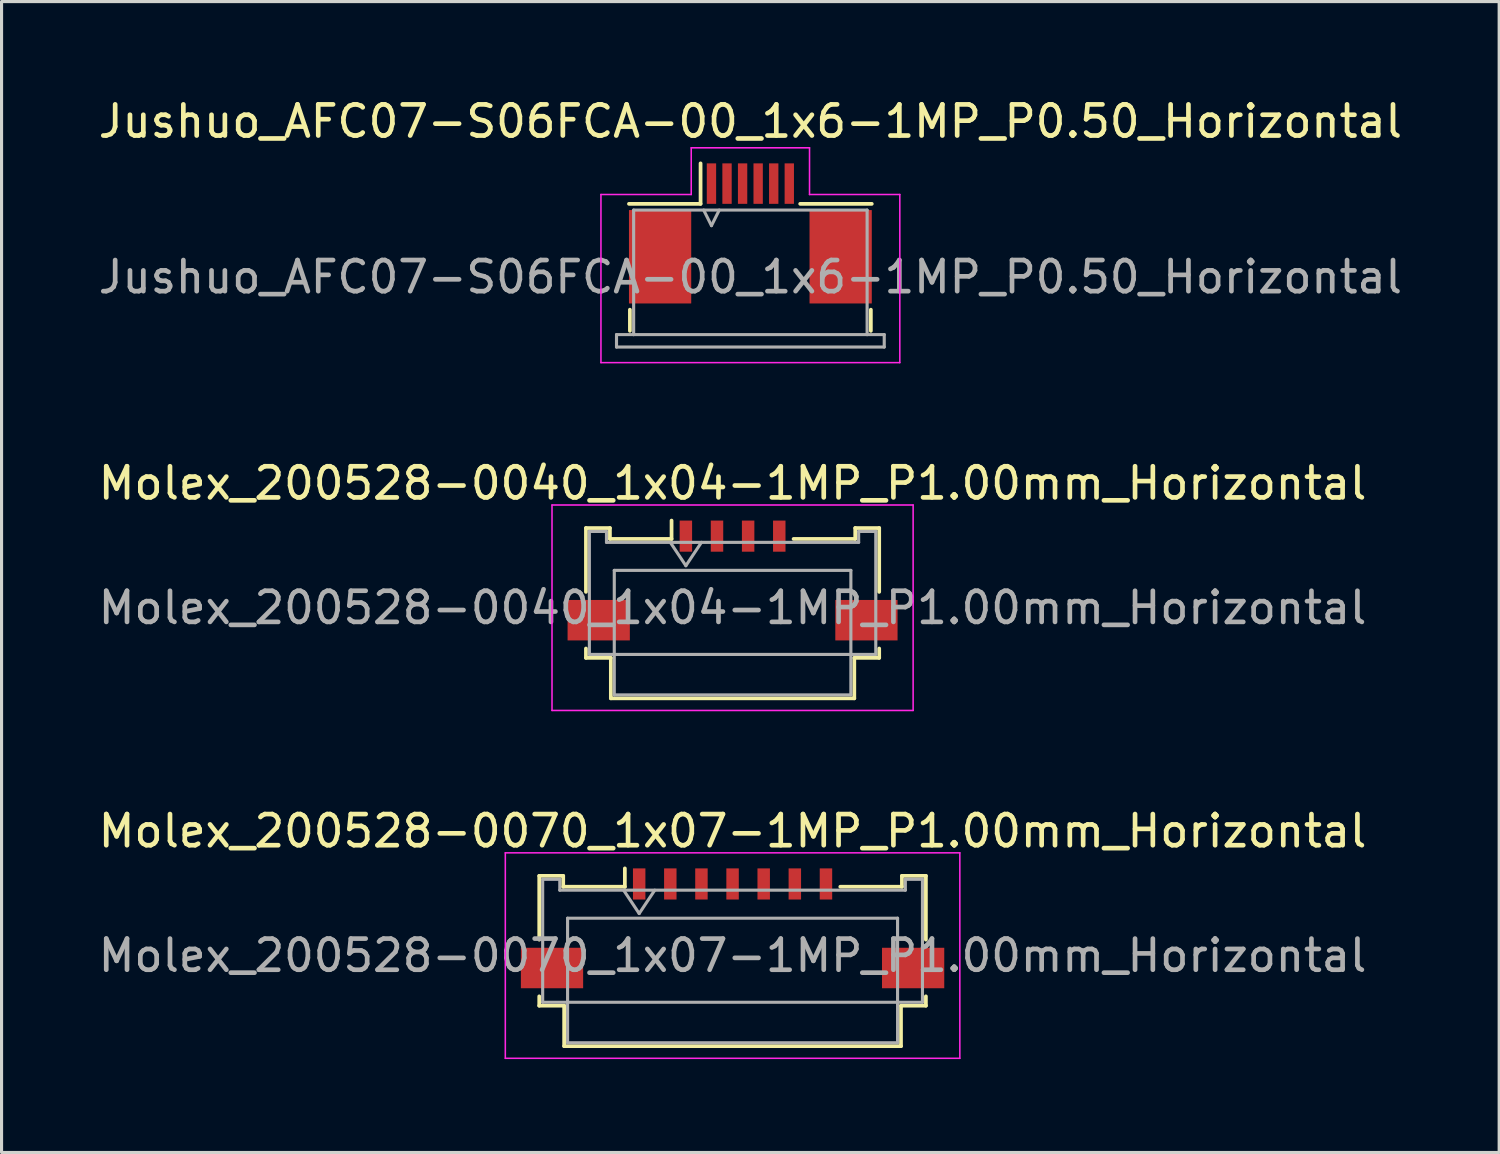
<source format=kicad_pcb>
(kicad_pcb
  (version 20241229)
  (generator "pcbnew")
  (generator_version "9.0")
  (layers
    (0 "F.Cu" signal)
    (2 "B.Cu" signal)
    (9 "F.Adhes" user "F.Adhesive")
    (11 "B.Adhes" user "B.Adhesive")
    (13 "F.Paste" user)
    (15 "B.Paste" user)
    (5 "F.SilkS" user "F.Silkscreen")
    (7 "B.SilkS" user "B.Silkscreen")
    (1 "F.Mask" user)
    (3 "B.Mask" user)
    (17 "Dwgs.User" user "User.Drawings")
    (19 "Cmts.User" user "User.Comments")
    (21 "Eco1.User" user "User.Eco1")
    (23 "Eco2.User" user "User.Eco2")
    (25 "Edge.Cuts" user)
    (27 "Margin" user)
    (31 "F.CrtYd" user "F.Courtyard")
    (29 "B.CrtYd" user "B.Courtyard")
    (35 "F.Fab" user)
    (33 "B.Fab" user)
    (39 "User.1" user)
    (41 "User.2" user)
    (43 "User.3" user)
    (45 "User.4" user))
  (footprint "Molex_200528-0070_1x07-1MP_P1.00mm_Horizontal"
    (layer "F.Cu")
    (at 20.482 26.255)
    (property "Reference" "Molex_200528-0070_1x07-1MP_P1.00mm_Horizontal" (at 0 -2.61 0) (layer "F.SilkS") (effects (font (size 1 1) (thickness 0.15))))
    (attr smd)
    (fp_line (start -6.21 -1.17) (end -6.21 0.88) (stroke (width 0.12) (type solid)) (layer "F.SilkS"))
    (fp_line (start -6.21 2.7) (end -6.21 3) (stroke (width 0.12) (type solid)) (layer "F.SilkS"))
    (fp_line (start -6.21 3) (end -5.41 3) (stroke (width 0.12) (type solid)) (layer "F.SilkS"))
    (fp_line (start -5.44 -1.17) (end -6.21 -1.17) (stroke (width 0.12) (type solid)) (layer "F.SilkS"))
    (fp_line (start -5.44 -0.82) (end -5.44 -1.17) (stroke (width 0.12) (type solid)) (layer "F.SilkS"))
    (fp_line (start -5.41 3) (end -5.41 4.3) (stroke (width 0.12) (type solid)) (layer "F.SilkS"))
    (fp_line (start -5.41 4.3) (end 5.41 4.3) (stroke (width 0.12) (type solid)) (layer "F.SilkS"))
    (fp_line (start -3.46 -1.41) (end -3.46 -0.82) (stroke (width 0.12) (type solid)) (layer "F.SilkS"))
    (fp_line (start -3.46 -0.82) (end -5.44 -0.82) (stroke (width 0.12) (type solid)) (layer "F.SilkS"))
    (fp_line (start 5.41 3) (end 6.21 3) (stroke (width 0.12) (type solid)) (layer "F.SilkS"))
    (fp_line (start 5.41 4.3) (end 5.41 3) (stroke (width 0.12) (type solid)) (layer "F.SilkS"))
    (fp_line (start 5.44 -1.17) (end 5.44 -0.82) (stroke (width 0.12) (type solid)) (layer "F.SilkS"))
    (fp_line (start 5.44 -0.82) (end 3.46 -0.82) (stroke (width 0.12) (type solid)) (layer "F.SilkS"))
    (fp_line (start 6.21 -1.17) (end 5.44 -1.17) (stroke (width 0.12) (type solid)) (layer "F.SilkS"))
    (fp_line (start 6.21 0.88) (end 6.21 -1.17) (stroke (width 0.12) (type solid)) (layer "F.SilkS"))
    (fp_line (start 6.21 3) (end 6.21 2.7) (stroke (width 0.12) (type solid)) (layer "F.SilkS"))
    (fp_line (start -7.3 -1.91) (end -7.3 4.69) (stroke (width 0.05) (type solid)) (layer "F.CrtYd"))
    (fp_line (start -7.3 4.69) (end 7.3 4.69) (stroke (width 0.05) (type solid)) (layer "F.CrtYd"))
    (fp_line (start 7.3 -1.91) (end -7.3 -1.91) (stroke (width 0.05) (type solid)) (layer "F.CrtYd"))
    (fp_line (start 7.3 4.69) (end 7.3 -1.91) (stroke (width 0.05) (type solid)) (layer "F.CrtYd"))
    (fp_line (start -6.1 -1.06) (end -6.1 2.89) (stroke (width 0.1) (type solid)) (layer "F.Fab"))
    (fp_line (start -6.1 2.89) (end 6.1 2.89) (stroke (width 0.1) (type solid)) (layer "F.Fab"))
    (fp_line (start -5.55 -1.06) (end -6.1 -1.06) (stroke (width 0.1) (type solid)) (layer "F.Fab"))
    (fp_line (start -5.55 -0.71) (end -5.55 -1.06) (stroke (width 0.1) (type solid)) (layer "F.Fab"))
    (fp_line (start -5.3 0.19) (end -5.3 4.19) (stroke (width 0.1) (type solid)) (layer "F.Fab"))
    (fp_line (start -5.3 4.19) (end 5.3 4.19) (stroke (width 0.1) (type solid)) (layer "F.Fab"))
    (fp_line (start -3.5 -0.71) (end -3 0.04) (stroke (width 0.1) (type solid)) (layer "F.Fab"))
    (fp_line (start -3 0.04) (end -2.5 -0.71) (stroke (width 0.1) (type solid)) (layer "F.Fab"))
    (fp_line (start 5.3 0.19) (end -5.3 0.19) (stroke (width 0.1) (type solid)) (layer "F.Fab"))
    (fp_line (start 5.3 4.19) (end 5.3 0.19) (stroke (width 0.1) (type solid)) (layer "F.Fab"))
    (fp_line (start 5.55 -1.06) (end 5.55 -0.71) (stroke (width 0.1) (type solid)) (layer "F.Fab"))
    (fp_line (start 5.55 -0.71) (end -5.55 -0.71) (stroke (width 0.1) (type solid)) (layer "F.Fab"))
    (fp_line (start 6.1 -1.06) (end 5.55 -1.06) (stroke (width 0.1) (type solid)) (layer "F.Fab"))
    (fp_line (start 6.1 2.89) (end 6.1 -1.06) (stroke (width 0.1) (type solid)) (layer "F.Fab"))
    (fp_text user "${REFERENCE}" (at 0 1.39 0) (layer "F.Fab") (effects (font (size 1 1) (thickness 0.15))))
    (pad "1" smd rect (at -3 -0.91) (size 0.4 1) (layers "F.Cu" "F.Mask" "F.Paste"))
    (pad "2" smd rect (at -2 -0.91) (size 0.4 1) (layers "F.Cu" "F.Mask" "F.Paste"))
    (pad "3" smd rect (at -1 -0.91) (size 0.4 1) (layers "F.Cu" "F.Mask" "F.Paste"))
    (pad "4" smd rect (at 0 -0.91) (size 0.4 1) (layers "F.Cu" "F.Mask" "F.Paste"))
    (pad "5" smd rect (at 1 -0.91) (size 0.4 1) (layers "F.Cu" "F.Mask" "F.Paste"))
    (pad "6" smd rect (at 2 -0.91) (size 0.4 1) (layers "F.Cu" "F.Mask" "F.Paste"))
    (pad "7" smd rect (at 3 -0.91) (size 0.4 1) (layers "F.Cu" "F.Mask" "F.Paste"))
    (pad "MP" smd rect (at -5.8 1.79) (size 2 1.3) (layers "F.Cu" "F.Mask" "F.Paste"))
    (pad "MP" smd rect (at 5.8 1.79) (size 2 1.3) (layers "F.Cu" "F.Mask" "F.Paste")))
  (footprint "Jushuo_AFC07-S06FCA-00_1x6-1MP_P0.50_Horizontal"
    (layer "F.Cu")
    (at 21.054 4.448)
    (property "Reference" "Jushuo_AFC07-S06FCA-00_1x6-1MP_P0.50_Horizontal" (at 0 -3.6 0) (layer "F.SilkS") (effects (font (size 1 1) (thickness 0.15))))
    (attr smd)
    (fp_line (start -3.87 2.45) (end -3.87 3.13) (stroke (width 0.12) (type solid)) (layer "F.SilkS"))
    (fp_line (start -1.6 -0.95) (end -3.9 -0.95) (stroke (width 0.12) (type solid)) (layer "F.SilkS"))
    (fp_line (start -1.6 -0.95) (end -1.6 -2.25) (stroke (width 0.12) (type solid)) (layer "F.SilkS"))
    (fp_line (start 1.6 -0.95) (end 3.9 -0.95) (stroke (width 0.12) (type solid)) (layer "F.SilkS"))
    (fp_line (start 3.87 2.45) (end 3.87 3.13) (stroke (width 0.12) (type solid)) (layer "F.SilkS"))
    (fp_line (start -4.8 -1.25) (end -4.8 4.15) (stroke (width 0.05) (type solid)) (layer "F.CrtYd"))
    (fp_line (start -4.8 4.15) (end 4.8 4.15) (stroke (width 0.05) (type solid)) (layer "F.CrtYd"))
    (fp_line (start -1.9 -2.75) (end -1.9 -1.25) (stroke (width 0.05) (type solid)) (layer "F.CrtYd"))
    (fp_line (start -1.9 -1.25) (end -4.8 -1.25) (stroke (width 0.05) (type solid)) (layer "F.CrtYd"))
    (fp_line (start 1.9 -2.75) (end -1.9 -2.75) (stroke (width 0.05) (type solid)) (layer "F.CrtYd"))
    (fp_line (start 1.9 -1.25) (end 1.9 -2.75) (stroke (width 0.05) (type solid)) (layer "F.CrtYd"))
    (fp_line (start 4.8 -1.25) (end 1.9 -1.25) (stroke (width 0.05) (type solid)) (layer "F.CrtYd"))
    (fp_line (start 4.8 4.15) (end 4.8 -1.25) (stroke (width 0.05) (type solid)) (layer "F.CrtYd"))
    (fp_line (start -4.3 3.25) (end -4.3 3.65) (stroke (width 0.1) (type solid)) (layer "F.Fab"))
    (fp_line (start -4.3 3.65) (end 4.3 3.65) (stroke (width 0.1) (type solid)) (layer "F.Fab"))
    (fp_line (start -3.75 -0.75) (end 3.75 -0.75) (stroke (width 0.1) (type solid)) (layer "F.Fab"))
    (fp_line (start -3.75 3.25) (end -4.3 3.25) (stroke (width 0.1) (type solid)) (layer "F.Fab"))
    (fp_line (start -3.75 3.25) (end -3.75 -0.75) (stroke (width 0.1) (type solid)) (layer "F.Fab"))
    (fp_line (start -1.5 -0.75) (end -1.25 -0.25) (stroke (width 0.1) (type solid)) (layer "F.Fab"))
    (fp_line (start -1.25 -0.25) (end -1 -0.75) (stroke (width 0.1) (type solid)) (layer "F.Fab"))
    (fp_line (start 3.75 3.25) (end -3.75 3.25) (stroke (width 0.1) (type solid)) (layer "F.Fab"))
    (fp_line (start 3.75 3.25) (end 3.75 -0.75) (stroke (width 0.1) (type solid)) (layer "F.Fab"))
    (fp_line (start 4.3 3.25) (end 3.75 3.25) (stroke (width 0.1) (type solid)) (layer "F.Fab"))
    (fp_line (start 4.3 3.65) (end 4.3 3.25) (stroke (width 0.1) (type solid)) (layer "F.Fab"))
    (fp_text user "${REFERENCE}" (at 0 1.4 0) (unlocked yes) (layer "F.Fab") (effects (font (size 1 1) (thickness 0.15))))
    (pad "1" smd rect (at -1.25 -1.6) (size 0.3 1.3) (layers "F.Cu" "F.Mask" "F.Paste"))
    (pad "2" smd rect (at -0.75 -1.6) (size 0.3 1.3) (layers "F.Cu" "F.Mask" "F.Paste"))
    (pad "3" smd rect (at -0.25 -1.6) (size 0.3 1.3) (layers "F.Cu" "F.Mask" "F.Paste"))
    (pad "4" smd rect (at 0.25 -1.6) (size 0.3 1.3) (layers "F.Cu" "F.Mask" "F.Paste"))
    (pad "5" smd rect (at 0.75 -1.6) (size 0.3 1.3) (layers "F.Cu" "F.Mask" "F.Paste"))
    (pad "6" smd rect (at 1.25 -1.6) (size 0.3 1.3) (layers "F.Cu" "F.Mask" "F.Paste"))
    (pad "MP" smd rect (at -2.9 0.75) (size 2 3) (layers "F.Cu" "F.Mask" "F.Paste"))
    (pad "MP" smd rect (at 2.9 0.75) (size 2 3) (layers "F.Cu" "F.Mask" "F.Paste")))
  (footprint "Molex_200528-0040_1x04-1MP_P1.00mm_Horizontal"
    (layer "F.Cu")
    (at 20.482 15.082)
    (property "Reference" "Molex_200528-0040_1x04-1MP_P1.00mm_Horizontal" (at 0 -2.61 0) (layer "F.SilkS") (effects (font (size 1 1) (thickness 0.15))))
    (attr smd)
    (fp_line (start -4.71 -1.17) (end -4.71 0.88) (stroke (width 0.12) (type solid)) (layer "F.SilkS"))
    (fp_line (start -4.71 2.7) (end -4.71 3) (stroke (width 0.12) (type solid)) (layer "F.SilkS"))
    (fp_line (start -4.71 3) (end -3.91 3) (stroke (width 0.12) (type solid)) (layer "F.SilkS"))
    (fp_line (start -3.94 -1.17) (end -4.71 -1.17) (stroke (width 0.12) (type solid)) (layer "F.SilkS"))
    (fp_line (start -3.94 -0.82) (end -3.94 -1.17) (stroke (width 0.12) (type solid)) (layer "F.SilkS"))
    (fp_line (start -3.91 3) (end -3.91 4.3) (stroke (width 0.12) (type solid)) (layer "F.SilkS"))
    (fp_line (start -3.91 4.3) (end 3.91 4.3) (stroke (width 0.12) (type solid)) (layer "F.SilkS"))
    (fp_line (start -1.96 -1.41) (end -1.96 -0.82) (stroke (width 0.12) (type solid)) (layer "F.SilkS"))
    (fp_line (start -1.96 -0.82) (end -3.94 -0.82) (stroke (width 0.12) (type solid)) (layer "F.SilkS"))
    (fp_line (start 3.91 3) (end 4.71 3) (stroke (width 0.12) (type solid)) (layer "F.SilkS"))
    (fp_line (start 3.91 4.3) (end 3.91 3) (stroke (width 0.12) (type solid)) (layer "F.SilkS"))
    (fp_line (start 3.94 -1.17) (end 3.94 -0.82) (stroke (width 0.12) (type solid)) (layer "F.SilkS"))
    (fp_line (start 3.94 -0.82) (end 1.96 -0.82) (stroke (width 0.12) (type solid)) (layer "F.SilkS"))
    (fp_line (start 4.71 -1.17) (end 3.94 -1.17) (stroke (width 0.12) (type solid)) (layer "F.SilkS"))
    (fp_line (start 4.71 0.88) (end 4.71 -1.17) (stroke (width 0.12) (type solid)) (layer "F.SilkS"))
    (fp_line (start 4.71 3) (end 4.71 2.7) (stroke (width 0.12) (type solid)) (layer "F.SilkS"))
    (fp_line (start -5.8 -1.91) (end -5.8 4.69) (stroke (width 0.05) (type solid)) (layer "F.CrtYd"))
    (fp_line (start -5.8 4.69) (end 5.8 4.69) (stroke (width 0.05) (type solid)) (layer "F.CrtYd"))
    (fp_line (start 5.8 -1.91) (end -5.8 -1.91) (stroke (width 0.05) (type solid)) (layer "F.CrtYd"))
    (fp_line (start 5.8 4.69) (end 5.8 -1.91) (stroke (width 0.05) (type solid)) (layer "F.CrtYd"))
    (fp_line (start -4.6 -1.06) (end -4.6 2.89) (stroke (width 0.1) (type solid)) (layer "F.Fab"))
    (fp_line (start -4.6 2.89) (end 4.6 2.89) (stroke (width 0.1) (type solid)) (layer "F.Fab"))
    (fp_line (start -4.05 -1.06) (end -4.6 -1.06) (stroke (width 0.1) (type solid)) (layer "F.Fab"))
    (fp_line (start -4.05 -0.71) (end -4.05 -1.06) (stroke (width 0.1) (type solid)) (layer "F.Fab"))
    (fp_line (start -3.8 0.19) (end -3.8 4.19) (stroke (width 0.1) (type solid)) (layer "F.Fab"))
    (fp_line (start -3.8 4.19) (end 3.8 4.19) (stroke (width 0.1) (type solid)) (layer "F.Fab"))
    (fp_line (start -2 -0.71) (end -1.5 0.04) (stroke (width 0.1) (type solid)) (layer "F.Fab"))
    (fp_line (start -1.5 0.04) (end -1 -0.71) (stroke (width 0.1) (type solid)) (layer "F.Fab"))
    (fp_line (start 3.8 0.19) (end -3.8 0.19) (stroke (width 0.1) (type solid)) (layer "F.Fab"))
    (fp_line (start 3.8 4.19) (end 3.8 0.19) (stroke (width 0.1) (type solid)) (layer "F.Fab"))
    (fp_line (start 4.05 -1.06) (end 4.05 -0.71) (stroke (width 0.1) (type solid)) (layer "F.Fab"))
    (fp_line (start 4.05 -0.71) (end -4.05 -0.71) (stroke (width 0.1) (type solid)) (layer "F.Fab"))
    (fp_line (start 4.6 -1.06) (end 4.05 -1.06) (stroke (width 0.1) (type solid)) (layer "F.Fab"))
    (fp_line (start 4.6 2.89) (end 4.6 -1.06) (stroke (width 0.1) (type solid)) (layer "F.Fab"))
    (fp_text user "${REFERENCE}" (at 0 1.39 0) (layer "F.Fab") (effects (font (size 1 1) (thickness 0.15))))
    (pad "1" smd rect (at -1.5 -0.91) (size 0.4 1) (layers "F.Cu" "F.Mask" "F.Paste"))
    (pad "2" smd rect (at -0.5 -0.91) (size 0.4 1) (layers "F.Cu" "F.Mask" "F.Paste"))
    (pad "3" smd rect (at 0.5 -0.91) (size 0.4 1) (layers "F.Cu" "F.Mask" "F.Paste"))
    (pad "4" smd rect (at 1.5 -0.91) (size 0.4 1) (layers "F.Cu" "F.Mask" "F.Paste"))
    (pad "MP" smd rect (at -4.3 1.79) (size 2 1.3) (layers "F.Cu" "F.Mask" "F.Paste"))
    (pad "MP" smd rect (at 4.3 1.79) (size 2 1.3) (layers "F.Cu" "F.Mask" "F.Paste")))
  (gr_rect
    (start -3 -3)
    (end 45.107 33.97)
    (stroke (width 0.1) (type default))
    (fill no)
    (layer "Edge.Cuts")))
</source>
